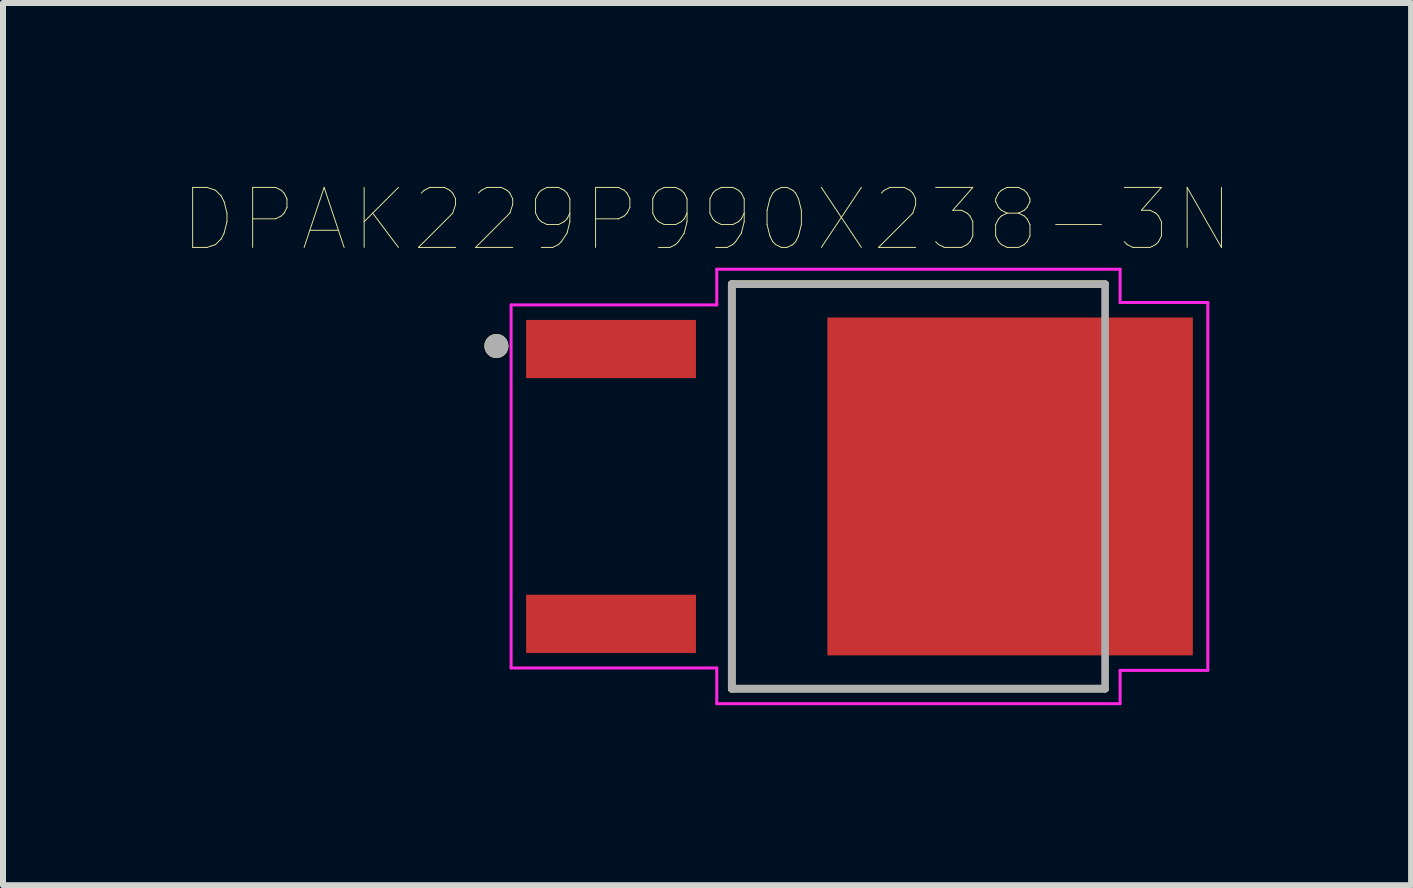
<source format=kicad_pcb>
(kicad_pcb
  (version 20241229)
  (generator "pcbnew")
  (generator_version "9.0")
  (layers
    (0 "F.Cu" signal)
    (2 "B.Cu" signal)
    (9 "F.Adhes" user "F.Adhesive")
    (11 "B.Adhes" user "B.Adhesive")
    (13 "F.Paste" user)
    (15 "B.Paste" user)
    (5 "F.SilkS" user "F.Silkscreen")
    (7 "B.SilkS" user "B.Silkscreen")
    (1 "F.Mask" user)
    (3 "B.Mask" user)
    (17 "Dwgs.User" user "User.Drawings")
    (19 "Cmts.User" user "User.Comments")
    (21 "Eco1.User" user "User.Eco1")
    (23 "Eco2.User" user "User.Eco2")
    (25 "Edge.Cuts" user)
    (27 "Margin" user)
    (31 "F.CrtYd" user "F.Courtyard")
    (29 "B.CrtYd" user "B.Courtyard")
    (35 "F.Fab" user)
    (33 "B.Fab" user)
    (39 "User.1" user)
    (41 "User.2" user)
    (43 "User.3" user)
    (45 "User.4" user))
  (footprint "DPAK229P990X238-3N"
    (layer "F.Cu")
    (at 11.272 5.056)
    (property "Reference" "DPAK229P990X238-3N" (at -2.54 -4.445 0) (layer "F.SilkS") (effects (font (size 1 1) (thickness 0.015))))
    (attr through_hole)
    (fp_line (start -2.128 -3.37) (end -2.128 3.37) (stroke (width 0.127) (type solid)) (layer "F.SilkS"))
    (fp_line (start -2.128 3.37) (end 4.093 3.37) (stroke (width 0.127) (type solid)) (layer "F.SilkS"))
    (fp_line (start 4.093 -3.37) (end -2.128 -3.37) (stroke (width 0.127) (type solid)) (layer "F.SilkS"))
    (fp_circle (center -6.05 -2.34) (end -5.95 -2.34) (stroke (width 0.2) (type solid)) (fill no) (layer "F.SilkS"))
    (fp_poly (pts (xy -0.175 -2.28) (xy 1.135 -2.28) (xy 1.135 -0.54) (xy -0.175 -0.54)) (stroke (width 0.01) (type solid)) (fill yes) (layer "F.Paste"))
    (fp_poly (pts (xy -0.175 0.54) (xy 1.135 0.54) (xy 1.135 2.28) (xy -0.175 2.28)) (stroke (width 0.01) (type solid)) (fill yes) (layer "F.Paste"))
    (fp_poly (pts (xy 1.855 -2.28) (xy 3.165 -2.28) (xy 3.165 -0.54) (xy 1.855 -0.54)) (stroke (width 0.01) (type solid)) (fill yes) (layer "F.Paste"))
    (fp_poly (pts (xy 1.855 0.54) (xy 3.165 0.54) (xy 3.165 2.28) (xy 1.855 2.28)) (stroke (width 0.01) (type solid)) (fill yes) (layer "F.Paste"))
    (fp_poly (pts (xy 3.885 -2.28) (xy 5.195 -2.28) (xy 5.195 -0.54) (xy 3.885 -0.54)) (stroke (width 0.01) (type solid)) (fill yes) (layer "F.Paste"))
    (fp_poly (pts (xy 3.885 0.54) (xy 5.195 0.54) (xy 5.195 2.28) (xy 3.885 2.28)) (stroke (width 0.01) (type solid)) (fill yes) (layer "F.Paste"))
    (fp_line (start -5.805 -3.025) (end -5.805 3.025) (stroke (width 0.05) (type solid)) (layer "F.CrtYd"))
    (fp_line (start -5.805 3.025) (end -2.378 3.025) (stroke (width 0.05) (type solid)) (layer "F.CrtYd"))
    (fp_line (start -2.378 -3.62) (end -2.378 -3.025) (stroke (width 0.05) (type solid)) (layer "F.CrtYd"))
    (fp_line (start -2.378 -3.025) (end -5.805 -3.025) (stroke (width 0.05) (type solid)) (layer "F.CrtYd"))
    (fp_line (start -2.378 3.025) (end -2.378 3.62) (stroke (width 0.05) (type solid)) (layer "F.CrtYd"))
    (fp_line (start -2.378 3.62) (end 4.343 3.62) (stroke (width 0.05) (type solid)) (layer "F.CrtYd"))
    (fp_line (start 4.343 -3.62) (end -2.378 -3.62) (stroke (width 0.05) (type solid)) (layer "F.CrtYd"))
    (fp_line (start 4.343 -3.065) (end 4.343 -3.62) (stroke (width 0.05) (type solid)) (layer "F.CrtYd"))
    (fp_line (start 4.343 3.065) (end 5.805 3.065) (stroke (width 0.05) (type solid)) (layer "F.CrtYd"))
    (fp_line (start 4.343 3.62) (end 4.343 3.065) (stroke (width 0.05) (type solid)) (layer "F.CrtYd"))
    (fp_line (start 5.805 -3.065) (end 4.343 -3.065) (stroke (width 0.05) (type solid)) (layer "F.CrtYd"))
    (fp_line (start 5.805 3.065) (end 5.805 -3.065) (stroke (width 0.05) (type solid)) (layer "F.CrtYd"))
    (fp_line (start -2.128 -3.37) (end -2.128 3.37) (stroke (width 0.127) (type solid)) (layer "F.Fab"))
    (fp_line (start -2.128 3.37) (end 4.093 3.37) (stroke (width 0.127) (type solid)) (layer "F.Fab"))
    (fp_line (start 4.093 -3.37) (end -2.128 -3.37) (stroke (width 0.127) (type solid)) (layer "F.Fab"))
    (fp_line (start 4.093 3.37) (end 4.093 -3.37) (stroke (width 0.127) (type solid)) (layer "F.Fab"))
    (fp_circle (center -6.05 -2.34) (end -5.95 -2.34) (stroke (width 0.2) (type solid)) (fill no) (layer "F.Fab"))
    (pad "1" smd rect (at -4.14 -2.29) (size 2.83 0.97) (layers "F.Cu" "F.Mask" "F.Paste"))
    (pad "2" smd rect (at 2.51 0) (size 6.09 5.63) (layers "F.Cu" "F.Mask"))
    (pad "3" smd rect (at -4.14 2.29) (size 2.83 0.97) (layers "F.Cu" "F.Mask" "F.Paste")))
  (gr_rect
    (start -3 -3)
    (end 20.464 11.701)
    (stroke (width 0.1) (type default))
    (fill no)
    (layer "Edge.Cuts")))
</source>
